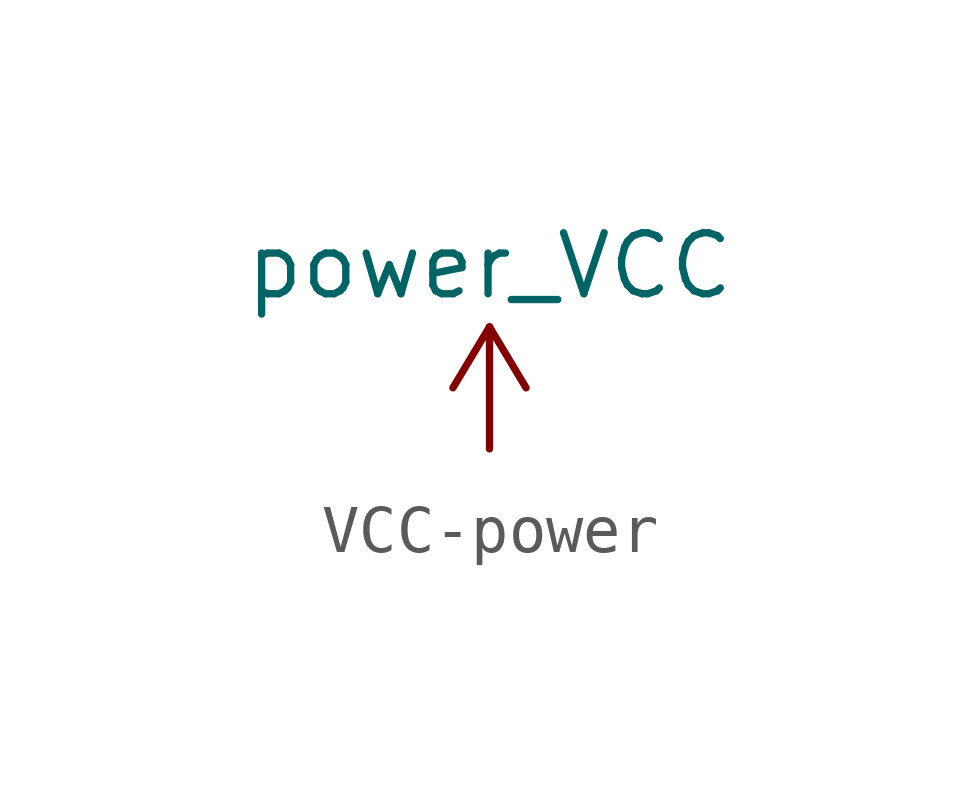
<source format=kicad_sym>
(kicad_symbol_lib
  (version 20231120)
  (generator "kicad_symbol_editor")
  (generator_version "8.0")
  (symbol "VCC-power"
    (power)
    (pin_names
      (offset 0))
    (property "Reference" "#PWR"
      (at 0 -3.81 0)
      (effects (font (size 1.27 1.27)) (hide yes)))
    (property "Value" "power_VCC"
      (at 0 3.81 0)
      (effects (font (size 1.27 1.27))))
    (symbol "VCC-power_0_1"
      (polyline (pts (xy -0.762 1.27) (xy 0 2.54)) (stroke (width 0) (type solid)) (fill (type none)))
      (polyline (pts (xy 0 0) (xy 0 2.54)) (stroke (width 0) (type solid)) (fill (type none)))
      (polyline (pts (xy 0 2.54) (xy 0.762 1.27)) (stroke (width 0) (type solid)) (fill (type none))))
    (symbol "VCC-power_1_1"
      (pin power_in line (at 0 0 90) (length 0) hide (name "VCC" (effects (font (size 1.27 1.27)))) (number "1" (effects (font (size 1.27 1.27))))))))
</source>
